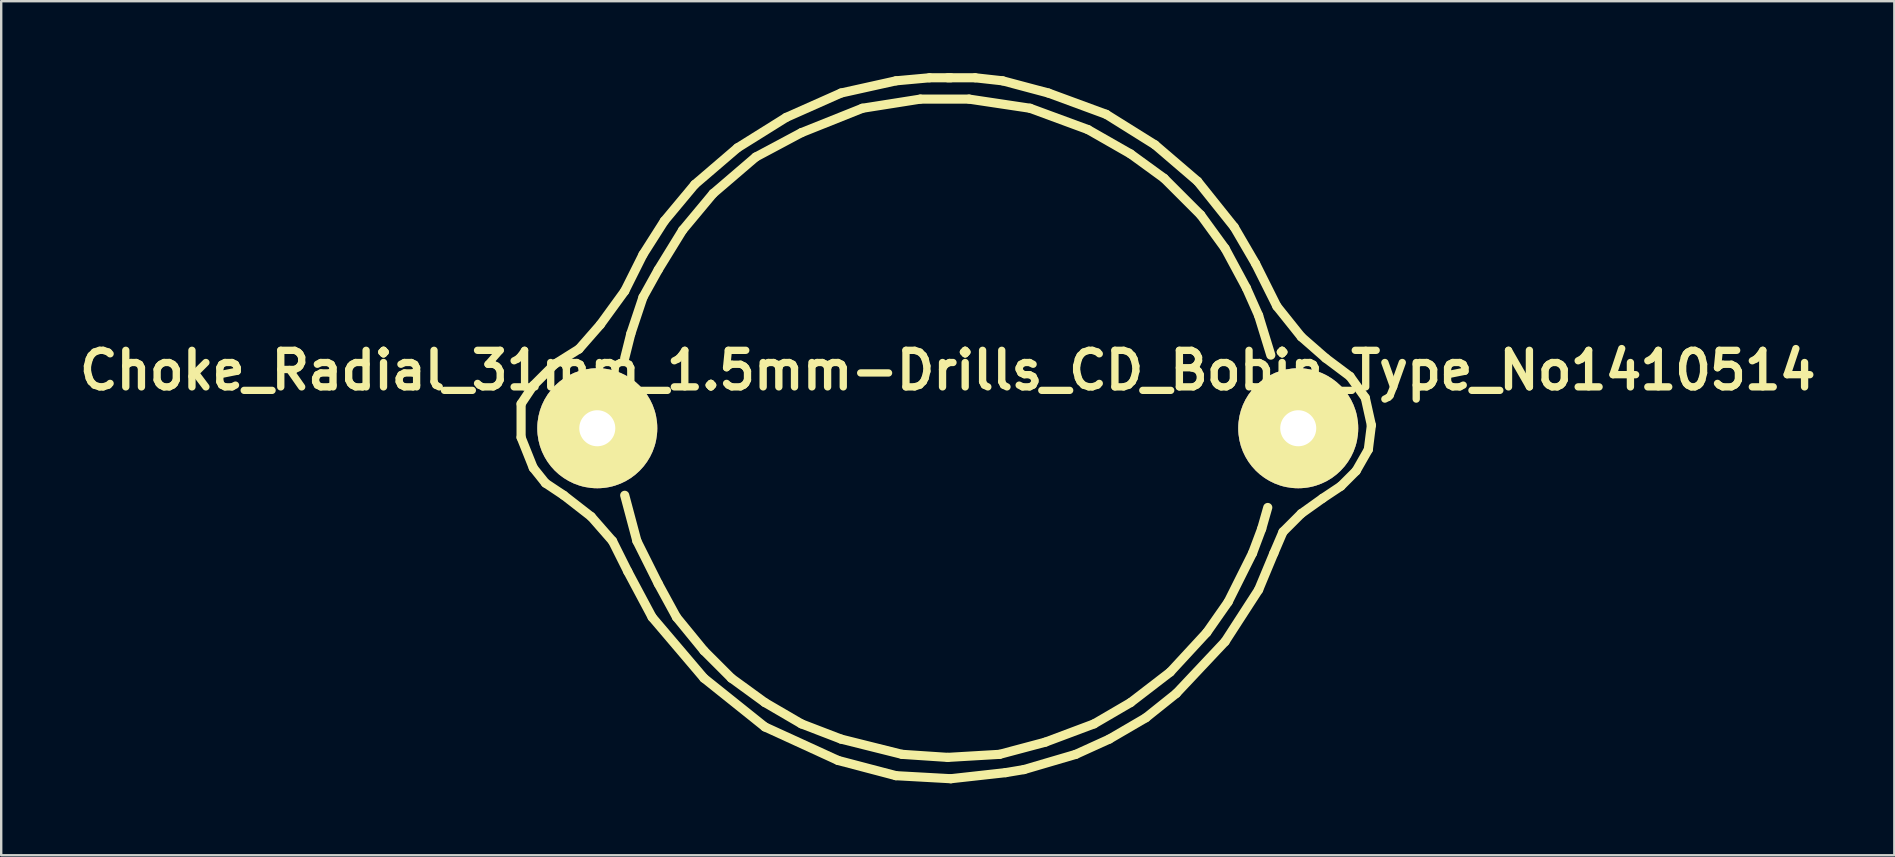
<source format=kicad_pcb>
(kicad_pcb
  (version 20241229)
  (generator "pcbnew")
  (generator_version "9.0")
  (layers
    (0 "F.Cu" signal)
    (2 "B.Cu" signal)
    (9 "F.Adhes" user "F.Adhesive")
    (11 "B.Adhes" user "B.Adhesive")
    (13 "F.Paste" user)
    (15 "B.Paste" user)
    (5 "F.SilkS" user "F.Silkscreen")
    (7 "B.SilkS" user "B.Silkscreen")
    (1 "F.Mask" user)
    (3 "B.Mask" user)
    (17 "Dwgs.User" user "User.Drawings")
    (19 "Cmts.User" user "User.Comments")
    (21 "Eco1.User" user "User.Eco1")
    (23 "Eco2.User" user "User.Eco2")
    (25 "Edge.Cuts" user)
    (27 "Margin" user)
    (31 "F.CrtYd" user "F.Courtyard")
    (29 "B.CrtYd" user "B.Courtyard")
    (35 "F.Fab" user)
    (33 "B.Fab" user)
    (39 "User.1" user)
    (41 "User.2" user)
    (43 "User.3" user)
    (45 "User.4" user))
  (footprint "Choke_Radial_31mm_1.5mm-Drills_CD_Bobin_Type_No1410514"
    (layer "F.Cu")
    (at 36.445 14.796)
    (property "Reference" "Choke_Radial_31mm_1.5mm-Drills_CD_Bobin_Type_No1410514" (at 0 -2.413 0) (layer "F.SilkS") (effects (font (size 1.524 1.524) (thickness 0.305))))
    (attr through_hole)
    (fp_line (start -17.78 -1.016) (end -17.272 -1.778) (stroke (width 0.381) (type solid)) (layer "F.SilkS"))
    (fp_line (start -17.78 0.381) (end -17.78 -1.016) (stroke (width 0.381) (type solid)) (layer "F.SilkS"))
    (fp_line (start -17.272 -1.778) (end -16.383 -2.667) (stroke (width 0.381) (type solid)) (layer "F.SilkS"))
    (fp_line (start -17.272 1.651) (end -17.78 0.381) (stroke (width 0.381) (type solid)) (layer "F.SilkS"))
    (fp_line (start -16.764 2.286) (end -17.272 1.651) (stroke (width 0.381) (type solid)) (layer "F.SilkS"))
    (fp_line (start -16.383 -2.667) (end -15.367 -3.302) (stroke (width 0.381) (type solid)) (layer "F.SilkS"))
    (fp_line (start -16.002 2.794) (end -16.764 2.286) (stroke (width 0.381) (type solid)) (layer "F.SilkS"))
    (fp_line (start -15.367 -3.302) (end -14.478 -4.318) (stroke (width 0.381) (type solid)) (layer "F.SilkS"))
    (fp_line (start -14.859 3.683) (end -16.002 2.794) (stroke (width 0.381) (type solid)) (layer "F.SilkS"))
    (fp_line (start -14.478 -4.318) (end -13.462 -5.715) (stroke (width 0.381) (type solid)) (layer "F.SilkS"))
    (fp_line (start -13.97 4.699) (end -14.859 3.683) (stroke (width 0.381) (type solid)) (layer "F.SilkS"))
    (fp_line (start -13.462 -5.715) (end -12.7 -7.239) (stroke (width 0.381) (type solid)) (layer "F.SilkS"))
    (fp_line (start -13.462 -2.921) (end -13.208 -3.937) (stroke (width 0.381) (type solid)) (layer "F.SilkS"))
    (fp_line (start -13.335 5.969) (end -13.97 4.699) (stroke (width 0.381) (type solid)) (layer "F.SilkS"))
    (fp_line (start -13.208 -3.937) (end -12.7 -5.461) (stroke (width 0.381) (type solid)) (layer "F.SilkS"))
    (fp_line (start -12.954 4.699) (end -13.462 2.794) (stroke (width 0.381) (type solid)) (layer "F.SilkS"))
    (fp_line (start -12.7 -7.239) (end -11.811 -8.636) (stroke (width 0.381) (type solid)) (layer "F.SilkS"))
    (fp_line (start -12.7 -5.461) (end -12.065 -6.604) (stroke (width 0.381) (type solid)) (layer "F.SilkS"))
    (fp_line (start -12.319 7.874) (end -13.335 5.969) (stroke (width 0.381) (type solid)) (layer "F.SilkS"))
    (fp_line (start -12.065 -6.604) (end -11.049 -8.255) (stroke (width 0.381) (type solid)) (layer "F.SilkS"))
    (fp_line (start -12.065 6.477) (end -12.954 4.699) (stroke (width 0.381) (type solid)) (layer "F.SilkS"))
    (fp_line (start -11.811 -8.636) (end -10.541 -10.16) (stroke (width 0.381) (type solid)) (layer "F.SilkS"))
    (fp_line (start -11.303 7.874) (end -12.065 6.477) (stroke (width 0.381) (type solid)) (layer "F.SilkS"))
    (fp_line (start -11.049 -8.255) (end -9.779 -9.779) (stroke (width 0.381) (type solid)) (layer "F.SilkS"))
    (fp_line (start -10.541 -10.16) (end -8.763 -11.684) (stroke (width 0.381) (type solid)) (layer "F.SilkS"))
    (fp_line (start -10.16 9.271) (end -11.303 7.874) (stroke (width 0.381) (type solid)) (layer "F.SilkS"))
    (fp_line (start -10.16 10.414) (end -12.319 7.874) (stroke (width 0.381) (type solid)) (layer "F.SilkS"))
    (fp_line (start -9.779 -9.779) (end -8.001 -11.303) (stroke (width 0.381) (type solid)) (layer "F.SilkS"))
    (fp_line (start -9.017 10.414) (end -10.16 9.271) (stroke (width 0.381) (type solid)) (layer "F.SilkS"))
    (fp_line (start -8.763 -11.684) (end -6.731 -12.954) (stroke (width 0.381) (type solid)) (layer "F.SilkS"))
    (fp_line (start -8.001 -11.303) (end -6.096 -12.319) (stroke (width 0.381) (type solid)) (layer "F.SilkS"))
    (fp_line (start -7.62 11.43) (end -9.017 10.414) (stroke (width 0.381) (type solid)) (layer "F.SilkS"))
    (fp_line (start -7.62 12.446) (end -10.16 10.414) (stroke (width 0.381) (type solid)) (layer "F.SilkS"))
    (fp_line (start -6.731 -12.954) (end -4.445 -13.97) (stroke (width 0.381) (type solid)) (layer "F.SilkS"))
    (fp_line (start -6.096 -12.319) (end -3.556 -13.335) (stroke (width 0.381) (type solid)) (layer "F.SilkS"))
    (fp_line (start -6.096 12.319) (end -7.62 11.43) (stroke (width 0.381) (type solid)) (layer "F.SilkS"))
    (fp_line (start -4.572 13.843) (end -7.62 12.446) (stroke (width 0.381) (type solid)) (layer "F.SilkS"))
    (fp_line (start -4.445 -13.97) (end -2.159 -14.478) (stroke (width 0.381) (type solid)) (layer "F.SilkS"))
    (fp_line (start -4.445 12.954) (end -6.096 12.319) (stroke (width 0.381) (type solid)) (layer "F.SilkS"))
    (fp_line (start -3.556 -13.335) (end -1.143 -13.716) (stroke (width 0.381) (type solid)) (layer "F.SilkS"))
    (fp_line (start -2.159 -14.478) (end -0.762 -14.605) (stroke (width 0.381) (type solid)) (layer "F.SilkS"))
    (fp_line (start -2.159 14.478) (end -4.572 13.843) (stroke (width 0.381) (type solid)) (layer "F.SilkS"))
    (fp_line (start -1.905 13.589) (end -4.445 12.954) (stroke (width 0.381) (type solid)) (layer "F.SilkS"))
    (fp_line (start -1.143 -13.716) (end 0.889 -13.716) (stroke (width 0.381) (type solid)) (layer "F.SilkS"))
    (fp_line (start -0.762 -14.605) (end 0.127 -14.605) (stroke (width 0.381) (type solid)) (layer "F.SilkS"))
    (fp_line (start 0 -14.605) (end 1.143 -14.605) (stroke (width 0.381) (type solid)) (layer "F.SilkS"))
    (fp_line (start 0 13.716) (end -1.905 13.589) (stroke (width 0.381) (type solid)) (layer "F.SilkS"))
    (fp_line (start 0.127 14.605) (end -2.159 14.478) (stroke (width 0.381) (type solid)) (layer "F.SilkS"))
    (fp_line (start 0.889 -13.716) (end 3.429 -13.335) (stroke (width 0.381) (type solid)) (layer "F.SilkS"))
    (fp_line (start 1.143 -14.605) (end 2.286 -14.478) (stroke (width 0.381) (type solid)) (layer "F.SilkS"))
    (fp_line (start 2.159 13.589) (end 0 13.716) (stroke (width 0.381) (type solid)) (layer "F.SilkS"))
    (fp_line (start 2.286 -14.478) (end 4.191 -13.97) (stroke (width 0.381) (type solid)) (layer "F.SilkS"))
    (fp_line (start 2.413 14.351) (end 0.127 14.605) (stroke (width 0.381) (type solid)) (layer "F.SilkS"))
    (fp_line (start 3.175 14.224) (end 2.413 14.351) (stroke (width 0.381) (type solid)) (layer "F.SilkS"))
    (fp_line (start 3.429 -13.335) (end 5.842 -12.446) (stroke (width 0.381) (type solid)) (layer "F.SilkS"))
    (fp_line (start 4.064 13.081) (end 2.159 13.589) (stroke (width 0.381) (type solid)) (layer "F.SilkS"))
    (fp_line (start 4.191 -13.97) (end 6.604 -13.081) (stroke (width 0.381) (type solid)) (layer "F.SilkS"))
    (fp_line (start 5.334 13.589) (end 3.175 14.224) (stroke (width 0.381) (type solid)) (layer "F.SilkS"))
    (fp_line (start 5.842 -12.446) (end 7.62 -11.43) (stroke (width 0.381) (type solid)) (layer "F.SilkS"))
    (fp_line (start 6.096 12.319) (end 4.064 13.081) (stroke (width 0.381) (type solid)) (layer "F.SilkS"))
    (fp_line (start 6.604 -13.081) (end 8.636 -11.811) (stroke (width 0.381) (type solid)) (layer "F.SilkS"))
    (fp_line (start 6.731 12.954) (end 5.334 13.589) (stroke (width 0.381) (type solid)) (layer "F.SilkS"))
    (fp_line (start 7.62 -11.43) (end 9.017 -10.414) (stroke (width 0.381) (type solid)) (layer "F.SilkS"))
    (fp_line (start 7.62 11.43) (end 6.096 12.319) (stroke (width 0.381) (type solid)) (layer "F.SilkS"))
    (fp_line (start 8.255 12.065) (end 6.731 12.954) (stroke (width 0.381) (type solid)) (layer "F.SilkS"))
    (fp_line (start 8.636 -11.811) (end 10.414 -10.287) (stroke (width 0.381) (type solid)) (layer "F.SilkS"))
    (fp_line (start 9.017 -10.414) (end 10.541 -8.89) (stroke (width 0.381) (type solid)) (layer "F.SilkS"))
    (fp_line (start 9.271 10.16) (end 7.62 11.43) (stroke (width 0.381) (type solid)) (layer "F.SilkS"))
    (fp_line (start 9.525 11.049) (end 8.255 12.065) (stroke (width 0.381) (type solid)) (layer "F.SilkS"))
    (fp_line (start 10.414 -10.287) (end 11.938 -8.382) (stroke (width 0.381) (type solid)) (layer "F.SilkS"))
    (fp_line (start 10.541 -8.89) (end 11.557 -7.493) (stroke (width 0.381) (type solid)) (layer "F.SilkS"))
    (fp_line (start 10.795 8.509) (end 9.271 10.16) (stroke (width 0.381) (type solid)) (layer "F.SilkS"))
    (fp_line (start 11.557 -7.493) (end 12.446 -5.842) (stroke (width 0.381) (type solid)) (layer "F.SilkS"))
    (fp_line (start 11.557 8.89) (end 9.525 11.049) (stroke (width 0.381) (type solid)) (layer "F.SilkS"))
    (fp_line (start 11.684 7.239) (end 10.795 8.509) (stroke (width 0.381) (type solid)) (layer "F.SilkS"))
    (fp_line (start 11.938 -8.382) (end 12.827 -6.858) (stroke (width 0.381) (type solid)) (layer "F.SilkS"))
    (fp_line (start 12.446 -5.842) (end 12.954 -4.699) (stroke (width 0.381) (type solid)) (layer "F.SilkS"))
    (fp_line (start 12.7 5.207) (end 11.684 7.239) (stroke (width 0.381) (type solid)) (layer "F.SilkS"))
    (fp_line (start 12.827 -6.858) (end 13.716 -5.08) (stroke (width 0.381) (type solid)) (layer "F.SilkS"))
    (fp_line (start 12.954 -4.699) (end 13.462 -3.048) (stroke (width 0.381) (type solid)) (layer "F.SilkS"))
    (fp_line (start 12.954 6.731) (end 11.557 8.89) (stroke (width 0.381) (type solid)) (layer "F.SilkS"))
    (fp_line (start 13.081 4.191) (end 12.7 5.207) (stroke (width 0.381) (type solid)) (layer "F.SilkS"))
    (fp_line (start 13.335 3.302) (end 13.081 4.191) (stroke (width 0.381) (type solid)) (layer "F.SilkS"))
    (fp_line (start 13.589 5.207) (end 12.954 6.731) (stroke (width 0.381) (type solid)) (layer "F.SilkS"))
    (fp_line (start 13.716 -5.08) (end 14.732 -3.81) (stroke (width 0.381) (type solid)) (layer "F.SilkS"))
    (fp_line (start 13.97 4.318) (end 13.589 5.207) (stroke (width 0.381) (type solid)) (layer "F.SilkS"))
    (fp_line (start 14.732 -3.81) (end 15.748 -2.921) (stroke (width 0.381) (type solid)) (layer "F.SilkS"))
    (fp_line (start 14.732 3.556) (end 13.97 4.318) (stroke (width 0.381) (type solid)) (layer "F.SilkS"))
    (fp_line (start 15.621 2.921) (end 14.732 3.556) (stroke (width 0.381) (type solid)) (layer "F.SilkS"))
    (fp_line (start 15.748 -2.921) (end 16.764 -2.159) (stroke (width 0.381) (type solid)) (layer "F.SilkS"))
    (fp_line (start 16.383 2.413) (end 15.621 2.921) (stroke (width 0.381) (type solid)) (layer "F.SilkS"))
    (fp_line (start 16.764 -2.159) (end 17.399 -1.27) (stroke (width 0.381) (type solid)) (layer "F.SilkS"))
    (fp_line (start 17.018 1.778) (end 16.383 2.413) (stroke (width 0.381) (type solid)) (layer "F.SilkS"))
    (fp_line (start 17.399 -1.27) (end 17.653 -0.127) (stroke (width 0.381) (type solid)) (layer "F.SilkS"))
    (fp_line (start 17.526 0.889) (end 17.018 1.778) (stroke (width 0.381) (type solid)) (layer "F.SilkS"))
    (fp_line (start 17.653 -0.127) (end 17.526 0.889) (stroke (width 0.381) (type solid)) (layer "F.SilkS"))
    (pad "1" thru_hole circle (at 14.605 0) (size 5.001 5.001) (drill 1.501) (layers "*.Cu" "*.Mask" "F.SilkS"))
    (pad "2" thru_hole circle (at -14.605 0) (size 5.001 5.001) (drill 1.501) (layers "*.Cu" "*.Mask" "F.SilkS")))
  (gr_rect
    (start -3 -3)
    (end 75.891 32.591)
    (stroke (width 0.1) (type default))
    (fill no)
    (layer "Edge.Cuts")))
</source>
